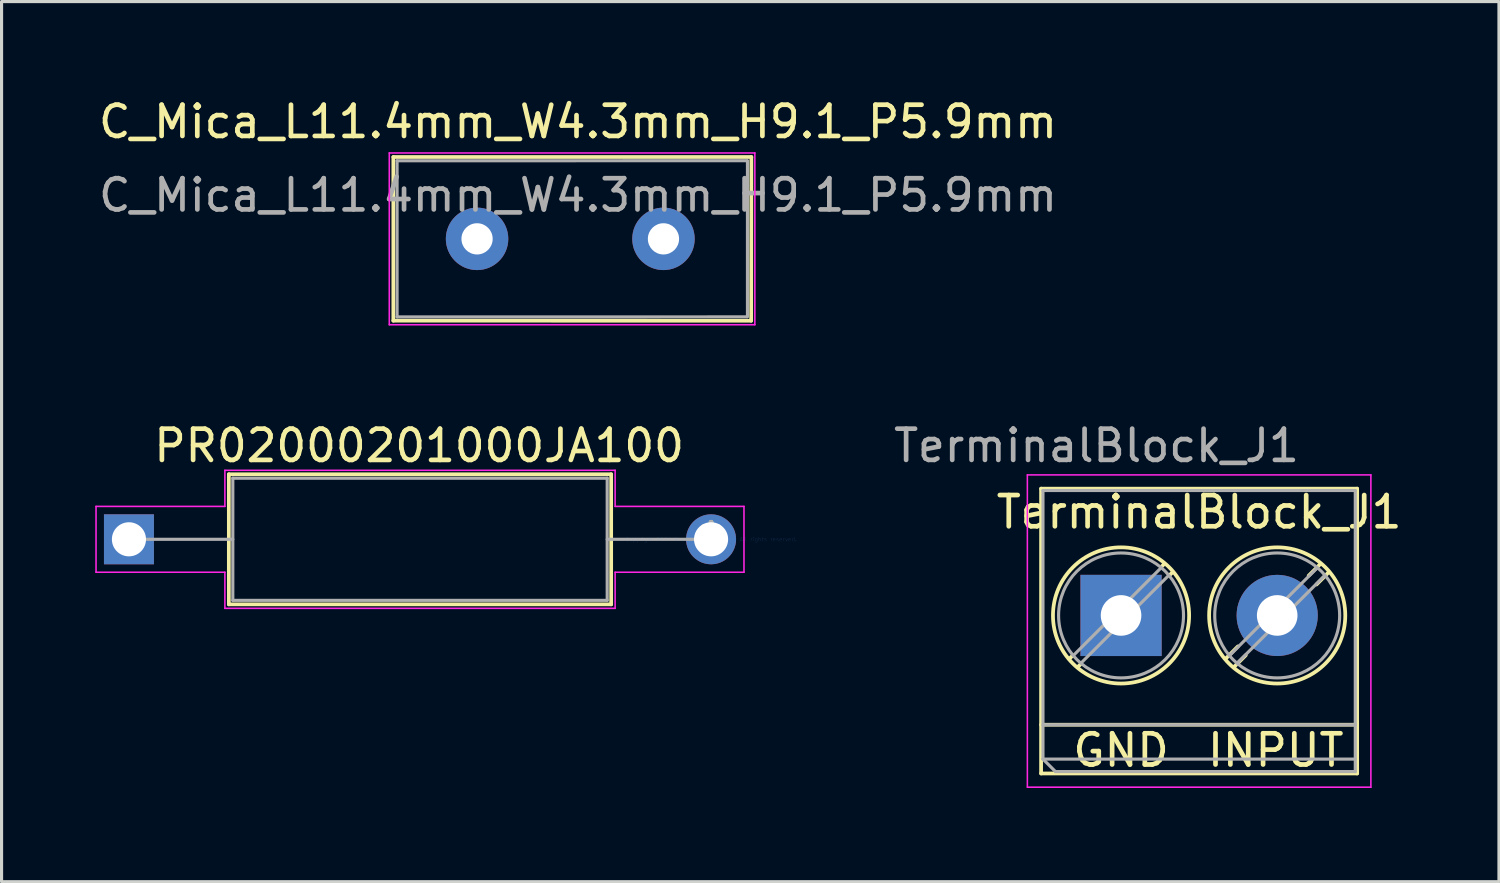
<source format=kicad_pcb>
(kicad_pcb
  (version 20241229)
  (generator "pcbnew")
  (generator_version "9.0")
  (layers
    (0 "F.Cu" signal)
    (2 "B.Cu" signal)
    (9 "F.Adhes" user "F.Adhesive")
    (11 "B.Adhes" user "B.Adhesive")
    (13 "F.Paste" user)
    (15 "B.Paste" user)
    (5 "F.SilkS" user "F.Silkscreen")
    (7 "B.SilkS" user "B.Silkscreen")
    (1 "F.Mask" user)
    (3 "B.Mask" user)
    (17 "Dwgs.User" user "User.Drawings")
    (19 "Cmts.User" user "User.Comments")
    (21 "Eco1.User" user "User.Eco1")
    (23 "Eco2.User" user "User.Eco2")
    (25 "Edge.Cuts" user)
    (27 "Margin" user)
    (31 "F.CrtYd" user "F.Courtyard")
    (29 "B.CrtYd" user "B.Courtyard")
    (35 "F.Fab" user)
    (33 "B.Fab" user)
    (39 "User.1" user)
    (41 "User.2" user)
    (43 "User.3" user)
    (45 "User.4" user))
  (footprint "PR02000201000JA100"
    (layer "F.Cu")
    (at 19.719 14.219)
    (property "Reference" "PR02000201000JA100" (at -9.347 -2.997 0) (layer "F.SilkS") (effects (font (size 1 1) (thickness 0.15))))
    (attr through_hole)
    (fp_line (start -15.441 -2.083) (end -15.441 2.083) (stroke (width 0.12) (type solid)) (layer "F.SilkS"))
    (fp_line (start -15.441 2.083) (end -3.199 2.083) (stroke (width 0.12) (type solid)) (layer "F.SilkS"))
    (fp_line (start -3.199 -2.083) (end -15.441 -2.083) (stroke (width 0.12) (type solid)) (layer "F.SilkS"))
    (fp_line (start -3.199 2.083) (end -3.199 -2.083) (stroke (width 0.12) (type solid)) (layer "F.SilkS"))
    (fp_line (start -19.694 -1.054) (end -15.568 -1.054) (stroke (width 0.05) (type solid)) (layer "F.CrtYd"))
    (fp_line (start -19.694 1.054) (end -19.694 -1.054) (stroke (width 0.05) (type solid)) (layer "F.CrtYd"))
    (fp_line (start -15.568 -2.21) (end -3.072 -2.21) (stroke (width 0.05) (type solid)) (layer "F.CrtYd"))
    (fp_line (start -15.568 -1.054) (end -15.568 -2.21) (stroke (width 0.05) (type solid)) (layer "F.CrtYd"))
    (fp_line (start -15.568 1.054) (end -19.694 1.054) (stroke (width 0.05) (type solid)) (layer "F.CrtYd"))
    (fp_line (start -15.568 2.21) (end -15.568 1.054) (stroke (width 0.05) (type solid)) (layer "F.CrtYd"))
    (fp_line (start -3.072 -2.21) (end -3.072 -1.054) (stroke (width 0.05) (type solid)) (layer "F.CrtYd"))
    (fp_line (start -3.072 -1.054) (end 1.054 -1.054) (stroke (width 0.05) (type solid)) (layer "F.CrtYd"))
    (fp_line (start -3.072 1.054) (end -3.072 2.21) (stroke (width 0.05) (type solid)) (layer "F.CrtYd"))
    (fp_line (start -3.072 2.21) (end -15.568 2.21) (stroke (width 0.05) (type solid)) (layer "F.CrtYd"))
    (fp_line (start 1.054 -1.054) (end 1.054 1.054) (stroke (width 0.05) (type solid)) (layer "F.CrtYd"))
    (fp_line (start 1.054 1.054) (end -3.072 1.054) (stroke (width 0.05) (type solid)) (layer "F.CrtYd"))
    (fp_line (start -18.64 0) (end -15.314 0) (stroke (width 0.1) (type solid)) (layer "F.Fab"))
    (fp_line (start -15.314 -1.956) (end -15.314 1.956) (stroke (width 0.1) (type solid)) (layer "F.Fab"))
    (fp_line (start -15.314 1.956) (end -3.326 1.956) (stroke (width 0.1) (type solid)) (layer "F.Fab"))
    (fp_line (start -3.326 -1.956) (end -15.314 -1.956) (stroke (width 0.1) (type solid)) (layer "F.Fab"))
    (fp_line (start -3.326 1.956) (end -3.326 -1.956) (stroke (width 0.1) (type solid)) (layer "F.Fab"))
    (fp_line (start 0.000001 0) (end -3.326 0) (stroke (width 0.1) (type solid)) (layer "F.Fab"))
    (fp_text user "*" (at 0 0 0) (layer "F.SilkS") (effects (font (size 1 1) (thickness 0.15))))
    (fp_text user "Copyright 2021 Accelerated Designs. All rights reserved." (at 0 0 0) (layer "Cmts.User") (effects (font (size 0.127 0.127) (thickness 0.002))))
    (fp_text user "*" (at 0 0 0) (layer "F.Fab") (effects (font (size 1 1) (thickness 0.15))))
    (pad "1" thru_hole rect (at -18.64 0) (size 1.6 1.6) (drill 1.092) (layers "*.Cu" "*.Mask"))
    (pad "2" thru_hole circle (at 0.000001 0) (size 1.6 1.6) (drill 1.092) (layers "*.Cu" "*.Mask")))
  (footprint "TerminalBlock_J1"
    (layer "F.Cu")
    (at 32.847 16.657)
    (property "Reference" "TerminalBlock_J1" (at 2.5 -3.31 0) (layer "F.SilkS") (effects (font (size 1 1) (thickness 0.15))))
    (attr through_hole)
    (fp_line (start -2.56 -4.06) (end -2.56 5.06) (stroke (width 0.12) (type solid)) (layer "F.SilkS"))
    (fp_line (start -2.56 -4.06) (end 7.56 -4.06) (stroke (width 0.12) (type solid)) (layer "F.SilkS"))
    (fp_line (start -2.56 3.5) (end 7.56 3.5) (stroke (width 0.12) (type solid)) (layer "F.SilkS"))
    (fp_line (start -2.56 5.06) (end 7.56 5.06) (stroke (width 0.12) (type solid)) (layer "F.SilkS"))
    (fp_line (start -1.548 1.281) (end -1.654 1.388) (stroke (width 0.12) (type solid)) (layer "F.SilkS"))
    (fp_line (start -1.282 1.547) (end -1.388 1.654) (stroke (width 0.12) (type solid)) (layer "F.SilkS"))
    (fp_line (start 1.388 -1.654) (end 1.281 -1.547) (stroke (width 0.12) (type solid)) (layer "F.SilkS"))
    (fp_line (start 1.654 -1.388) (end 1.547 -1.281) (stroke (width 0.12) (type solid)) (layer "F.SilkS"))
    (fp_line (start 3.742 0.992) (end 3.347 1.388) (stroke (width 0.12) (type solid)) (layer "F.SilkS"))
    (fp_line (start 3.993 1.274) (end 3.613 1.654) (stroke (width 0.12) (type solid)) (layer "F.SilkS"))
    (fp_line (start 6.388 -1.654) (end 6.008 -1.274) (stroke (width 0.12) (type solid)) (layer "F.SilkS"))
    (fp_line (start 6.654 -1.388) (end 6.259 -0.992) (stroke (width 0.12) (type solid)) (layer "F.SilkS"))
    (fp_line (start 7.56 -4.06) (end 7.56 5.06) (stroke (width 0.12) (type solid)) (layer "F.SilkS"))
    (fp_circle (center 0 0) (end 2.18 0) (stroke (width 0.12) (type solid)) (fill no) (layer "F.SilkS"))
    (fp_circle (center 5 0) (end 7.18 0) (stroke (width 0.12) (type solid)) (fill no) (layer "F.SilkS"))
    (fp_line (start -3 -4.5) (end -3 5.5) (stroke (width 0.05) (type solid)) (layer "F.CrtYd"))
    (fp_line (start -3 5.5) (end 8 5.5) (stroke (width 0.05) (type solid)) (layer "F.CrtYd"))
    (fp_line (start 8 -4.5) (end -3 -4.5) (stroke (width 0.05) (type solid)) (layer "F.CrtYd"))
    (fp_line (start 8 5.5) (end 8 -4.5) (stroke (width 0.05) (type solid)) (layer "F.CrtYd"))
    (fp_line (start -2.5 -4) (end 7.5 -4) (stroke (width 0.1) (type solid)) (layer "F.Fab"))
    (fp_line (start -2.5 3.5) (end 7.5 3.5) (stroke (width 0.1) (type solid)) (layer "F.Fab"))
    (fp_line (start -2.5 4.6) (end -2.5 -4) (stroke (width 0.1) (type solid)) (layer "F.Fab"))
    (fp_line (start -2.5 4.6) (end 7.5 4.6) (stroke (width 0.1) (type solid)) (layer "F.Fab"))
    (fp_line (start -2.1 5) (end -2.5 4.6) (stroke (width 0.1) (type solid)) (layer "F.Fab"))
    (fp_line (start 1.273 -1.517) (end -1.517 1.273) (stroke (width 0.1) (type solid)) (layer "F.Fab"))
    (fp_line (start 1.517 -1.273) (end -1.273 1.517) (stroke (width 0.1) (type solid)) (layer "F.Fab"))
    (fp_line (start 6.273 -1.517) (end 3.484 1.273) (stroke (width 0.1) (type solid)) (layer "F.Fab"))
    (fp_line (start 6.517 -1.273) (end 3.728 1.517) (stroke (width 0.1) (type solid)) (layer "F.Fab"))
    (fp_line (start 7.5 -4) (end 7.5 5) (stroke (width 0.1) (type solid)) (layer "F.Fab"))
    (fp_line (start 7.5 5) (end -2.1 5) (stroke (width 0.1) (type solid)) (layer "F.Fab"))
    (fp_circle (center 0 0) (end 2 0) (stroke (width 0.1) (type solid)) (fill no) (layer "F.Fab"))
    (fp_circle (center 5 0) (end 7 0) (stroke (width 0.1) (type solid)) (fill no) (layer "F.Fab"))
    (fp_text user "INPUT" (at 4.953 4.318 180) (layer "F.SilkS") (effects (font (size 1 1) (thickness 0.15))))
    (fp_text user "GND" (at 0 4.318 180) (layer "F.SilkS") (effects (font (size 1 1) (thickness 0.15))))
    (fp_text user "${REFERENCE}" (at -0.787 -5.436 0) (layer "F.Fab") (effects (font (size 1 1) (thickness 0.15))))
    (pad "1" thru_hole rect (at 0 0) (size 2.6 2.6) (drill 1.3) (layers "*.Cu" "*.Mask"))
    (pad "2" thru_hole circle (at 5 0) (size 2.6 2.6) (drill 1.3) (layers "*.Cu" "*.Mask")))
  (footprint "C_Mica_L11.4mm_W4.3mm_H9.1_P5.9mm"
    (layer "F.Cu")
    (at 12.283 4.598)
    (property "Reference" "C_Mica_L11.4mm_W4.3mm_H9.1_P5.9mm" (at 3.175 -3.75 0) (layer "F.SilkS") (effects (font (size 1 1) (thickness 0.15))))
    (attr through_hole)
    (fp_line (start -2.738 -2.62) (end -2.738 2.62) (stroke (width 0.12) (type solid)) (layer "F.SilkS"))
    (fp_line (start -2.738 -2.62) (end 8.726 -2.62) (stroke (width 0.12) (type solid)) (layer "F.SilkS"))
    (fp_line (start -2.738 2.62) (end 8.72 2.622) (stroke (width 0.12) (type solid)) (layer "F.SilkS"))
    (fp_line (start 8.726 -2.62) (end 8.72 2.622) (stroke (width 0.12) (type solid)) (layer "F.SilkS"))
    (fp_line (start -2.868 -2.75) (end -2.868 2.75) (stroke (width 0.05) (type solid)) (layer "F.CrtYd"))
    (fp_line (start -2.868 2.75) (end 8.838 2.75) (stroke (width 0.05) (type solid)) (layer "F.CrtYd"))
    (fp_line (start 8.838 -2.75) (end -2.868 -2.75) (stroke (width 0.05) (type solid)) (layer "F.CrtYd"))
    (fp_line (start 8.838 2.75) (end 8.838 -2.75) (stroke (width 0.05) (type solid)) (layer "F.CrtYd"))
    (fp_line (start -2.618 -2.5) (end -2.618 2.5) (stroke (width 0.1) (type solid)) (layer "F.Fab"))
    (fp_line (start -2.618 2.5) (end 8.575 2.498) (stroke (width 0.1) (type solid)) (layer "F.Fab"))
    (fp_line (start 8.575 -2.502) (end -2.618 -2.5) (stroke (width 0.1) (type solid)) (layer "F.Fab"))
    (fp_line (start 8.601 2.496) (end 8.601 -2.504) (stroke (width 0.1) (type solid)) (layer "F.Fab"))
    (fp_text user "${REFERENCE}" (at 3.176 -1.397 0) (layer "F.Fab") (effects (font (size 1 1) (thickness 0.15))))
    (pad "1" thru_hole circle (at -0.057 0.000287) (size 2 2) (drill 1) (layers "*.Cu" "*.Mask"))
    (pad "2" thru_hole circle (at 5.912 0.000287) (size 2 2) (drill 1) (layers "*.Cu" "*.Mask")))
  (gr_rect
    (start -3 -3)
    (end 44.948 25.182)
    (stroke (width 0.1) (type default))
    (fill no)
    (layer "Edge.Cuts")))
</source>
